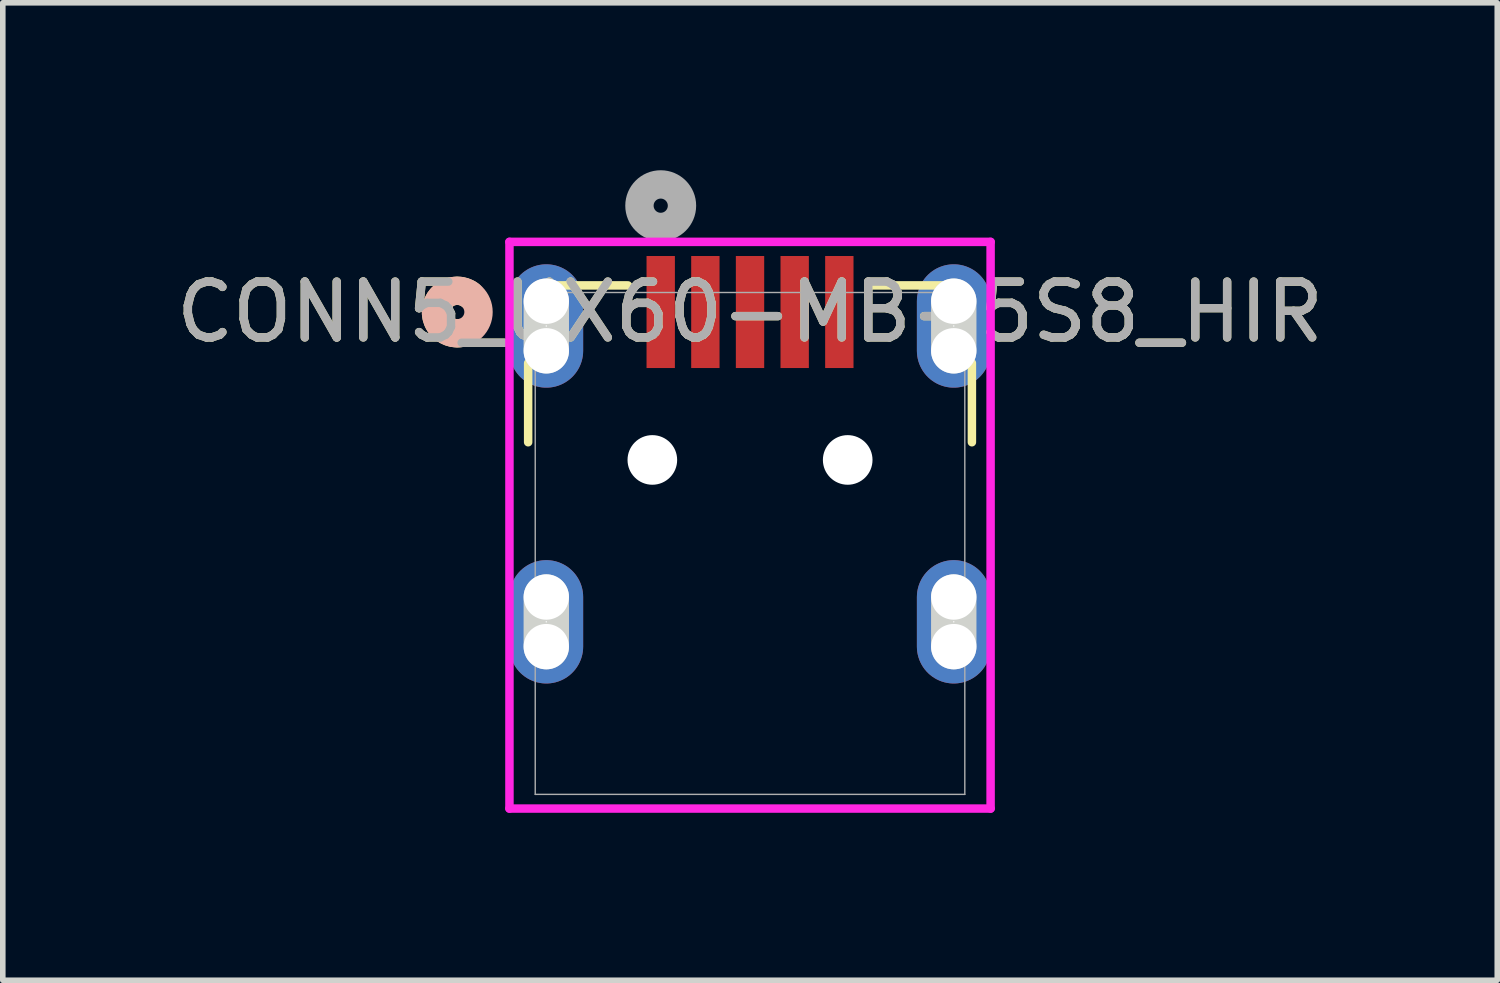
<source format=kicad_pcb>
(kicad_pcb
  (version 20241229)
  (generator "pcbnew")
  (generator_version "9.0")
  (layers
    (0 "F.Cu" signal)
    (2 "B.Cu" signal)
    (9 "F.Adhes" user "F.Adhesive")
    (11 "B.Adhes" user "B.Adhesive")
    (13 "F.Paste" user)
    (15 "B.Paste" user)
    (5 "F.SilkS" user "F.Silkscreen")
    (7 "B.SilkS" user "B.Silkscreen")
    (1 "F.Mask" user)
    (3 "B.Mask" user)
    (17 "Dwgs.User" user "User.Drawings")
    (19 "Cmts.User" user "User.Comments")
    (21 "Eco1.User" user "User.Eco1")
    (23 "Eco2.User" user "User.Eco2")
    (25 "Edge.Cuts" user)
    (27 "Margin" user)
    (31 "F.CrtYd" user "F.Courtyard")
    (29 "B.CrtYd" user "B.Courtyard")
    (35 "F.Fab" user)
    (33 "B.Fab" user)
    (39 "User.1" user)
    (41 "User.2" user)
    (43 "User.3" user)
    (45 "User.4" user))
  (footprint "CONN5_UX60-MB-5S8_HIR"
    (layer "F.Cu")
    (at 10.387 6.686)
    (property "Reference" "CONN5_UX60-MB-5S8_HIR" (at 0 -4.146 0) (unlocked yes) (layer "F.SilkS") (effects (font (size 1 1) (thickness 0.15))))
    (attr smd)
    (fp_line (start -3.975 -3.232) (end -3.975 -1.813) (stroke (width 0.152) (type solid)) (layer "F.SilkS"))
    (fp_line (start -2.187 -4.623) (end -3.517 -4.623) (stroke (width 0.152) (type solid)) (layer "F.SilkS"))
    (fp_line (start 3.517 -4.623) (end 2.187 -4.623) (stroke (width 0.152) (type solid)) (layer "F.SilkS"))
    (fp_line (start 3.975 -1.813) (end 3.975 -3.232) (stroke (width 0.152) (type solid)) (layer "F.SilkS"))
    (fp_arc (start -5.193043 -3.768361) (mid -5.613805 -4.241795) (end -5.015579 -4.449895) (stroke (width 0.508) (type solid)) (layer "F.SilkS"))
    (fp_circle (center -5.245 -4.146) (end -4.864 -4.146) (stroke (width 0.508) (type solid)) (fill no) (layer "B.SilkS"))
    (fp_line (start -3.65 -3.451) (end -3.65 -4.34) (stroke (width 0.813) (type solid)) (layer "Edge.Cuts"))
    (fp_line (start -3.65 1.849) (end -3.65 0.96) (stroke (width 0.813) (type solid)) (layer "Edge.Cuts"))
    (fp_line (start 3.65 -3.451) (end 3.65 -4.34) (stroke (width 0.813) (type solid)) (layer "Edge.Cuts"))
    (fp_line (start 3.65 1.849) (end 3.65 0.96) (stroke (width 0.813) (type solid)) (layer "Edge.Cuts"))
    (fp_line (start -4.31 -5.403) (end -4.31 4.75) (stroke (width 0.152) (type solid)) (layer "F.CrtYd"))
    (fp_line (start -4.31 4.75) (end 4.31 4.75) (stroke (width 0.152) (type solid)) (layer "F.CrtYd"))
    (fp_line (start 4.31 -5.403) (end -4.31 -5.403) (stroke (width 0.152) (type solid)) (layer "F.CrtYd"))
    (fp_line (start 4.31 4.75) (end 4.31 -5.403) (stroke (width 0.152) (type solid)) (layer "F.CrtYd"))
    (fp_line (start -3.848 -4.496) (end -3.848 4.496) (stroke (width 0.025) (type solid)) (layer "F.Fab"))
    (fp_line (start -3.848 4.496) (end 3.848 4.496) (stroke (width 0.025) (type solid)) (layer "F.Fab"))
    (fp_line (start 3.848 -4.496) (end -3.848 -4.496) (stroke (width 0.025) (type solid)) (layer "F.Fab"))
    (fp_line (start 3.848 4.496) (end 3.848 -4.496) (stroke (width 0.025) (type solid)) (layer "F.Fab"))
    (fp_circle (center -1.6 -6.051) (end -1.219 -6.051) (stroke (width 0.508) (type solid)) (fill no) (layer "F.Fab"))
    (fp_text user "${REFERENCE}" (at 0 -4.146 0) (unlocked yes) (layer "F.Fab") (effects (font (size 1 1) (thickness 0.15))))
    (pad "" np_thru_hole circle (at -3.65 -4.34) (size 0.813 0.813) (drill 0.813) (layers "*.Cu" "*.Mask"))
    (pad "" np_thru_hole circle (at -3.65 -3.451) (size 0.813 0.813) (drill 0.813) (layers "*.Cu" "*.Mask"))
    (pad "" np_thru_hole circle (at -3.65 0.96) (size 0.813 0.813) (drill 0.813) (layers "*.Cu" "*.Mask"))
    (pad "" np_thru_hole circle (at -3.65 1.849) (size 0.813 0.813) (drill 0.813) (layers "*.Cu" "*.Mask"))
    (pad "" np_thru_hole circle (at -1.75 -1.496 90) (size 0.889 0.889) (drill 0.889) (layers "*.Cu" "*.Mask"))
    (pad "" np_thru_hole circle (at 1.75 -1.496 90) (size 0.889 0.889) (drill 0.889) (layers "*.Cu" "*.Mask"))
    (pad "" np_thru_hole circle (at 3.65 -4.34) (size 0.813 0.813) (drill 0.813) (layers "*.Cu" "*.Mask"))
    (pad "" np_thru_hole circle (at 3.65 -3.451) (size 0.813 0.813) (drill 0.813) (layers "*.Cu" "*.Mask"))
    (pad "" np_thru_hole circle (at 3.65 0.96) (size 0.813 0.813) (drill 0.813) (layers "*.Cu" "*.Mask"))
    (pad "" np_thru_hole circle (at 3.65 1.849) (size 0.813 0.813) (drill 0.813) (layers "*.Cu" "*.Mask"))
    (pad "1" smd rect (at -1.6 -4.146) (size 0.508 2.007) (layers "F.Cu" "F.Mask" "F.Paste"))
    (pad "2" smd rect (at -0.8 -4.146) (size 0.508 2.007) (layers "F.Cu" "F.Mask" "F.Paste"))
    (pad "3" smd rect (at 0 -4.146) (size 0.508 2.007) (layers "F.Cu" "F.Mask" "F.Paste"))
    (pad "4" smd rect (at 0.8 -4.146) (size 0.508 2.007) (layers "F.Cu" "F.Mask" "F.Paste"))
    (pad "5" smd rect (at 1.6 -4.146) (size 0.508 2.007) (layers "F.Cu" "F.Mask" "F.Paste"))
    (pad "6" thru_hole oval (at -3.65 -3.896 90) (size 2.21 1.321) (drill 0.025) (layers "*.Cu" "*.Mask"))
    (pad "7" thru_hole oval (at 3.65 -3.896 90) (size 2.21 1.321) (drill 0.025) (layers "*.Cu" "*.Mask"))
    (pad "8" thru_hole oval (at -3.65 1.404 90) (size 2.21 1.321) (drill 0.025) (layers "*.Cu" "*.Mask"))
    (pad "9" thru_hole oval (at 3.65 1.404 90) (size 2.21 1.321) (drill 0.025) (layers "*.Cu" "*.Mask"))
    (zone (net_name "") (layer "F.Cu") (hatch full 0.508) (connect_pads) (min_thickness 0.254) (filled_areas_thickness no) (keepout (tracks not_allowed) (vias not_allowed) (pads allowed) (copperpour not_allowed) (footprints allowed)) (placement (enabled no)) (fill) (polygon (pts (xy 8.637 3.532) (xy 8.637 5.19) (xy 6.537 5.182) (xy 6.539 11.182) (xy 14.237 11.182) (xy 14.237 5.182) (xy 12.137 5.19) (xy 12.137 3.532)))))
  (gr_rect
    (start -3 -3)
    (end 23.774 14.512)
    (stroke (width 0.1) (type default))
    (fill no)
    (layer "Edge.Cuts")))
</source>
